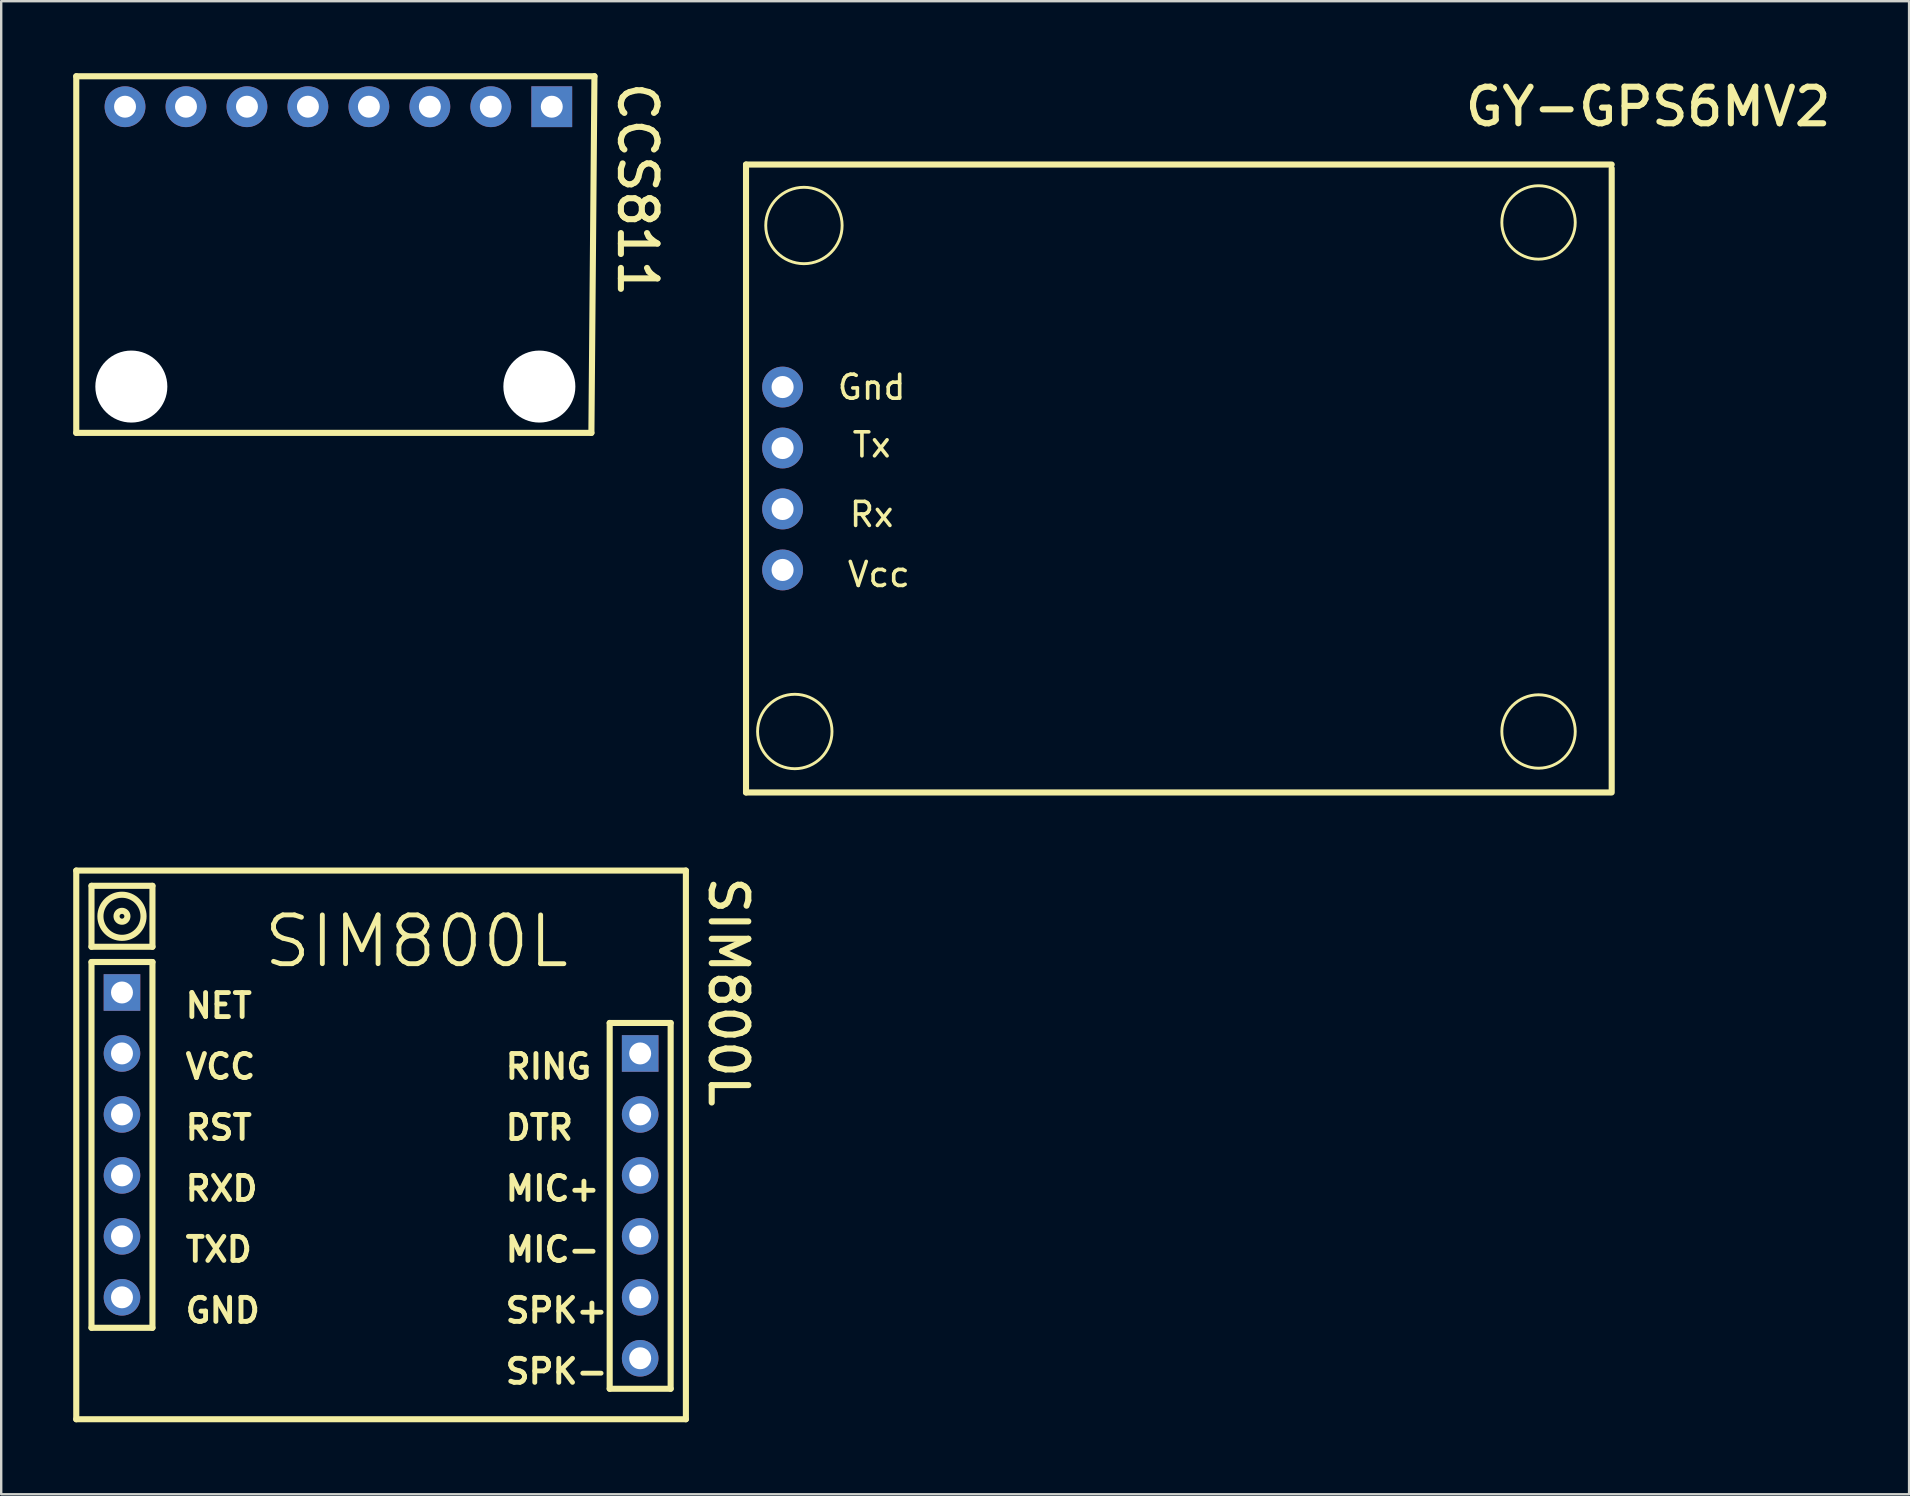
<source format=kicad_pcb>
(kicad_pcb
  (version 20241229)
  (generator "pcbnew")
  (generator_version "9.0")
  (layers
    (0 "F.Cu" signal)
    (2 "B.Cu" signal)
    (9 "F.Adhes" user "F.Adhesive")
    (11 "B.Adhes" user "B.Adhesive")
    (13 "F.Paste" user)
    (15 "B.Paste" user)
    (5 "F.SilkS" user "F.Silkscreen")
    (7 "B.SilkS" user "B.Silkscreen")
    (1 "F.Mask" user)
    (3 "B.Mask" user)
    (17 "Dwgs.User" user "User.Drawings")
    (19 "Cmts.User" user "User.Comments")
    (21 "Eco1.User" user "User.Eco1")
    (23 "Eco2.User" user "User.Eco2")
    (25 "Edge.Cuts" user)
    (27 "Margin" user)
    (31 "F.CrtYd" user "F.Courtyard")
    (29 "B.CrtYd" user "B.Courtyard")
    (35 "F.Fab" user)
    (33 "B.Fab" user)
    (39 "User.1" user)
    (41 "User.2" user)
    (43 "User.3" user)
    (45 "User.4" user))
  (footprint "SIM800L"
    (layer "F.Cu")
    (at 12.827 42.36)
    (property "Reference" "SIM800L" (at 13.576 -9.004 270) (unlocked yes) (layer "F.SilkS") (effects (font (size 1.524 1.524) (thickness 0.254)) (justify left bottom)))
    (fp_line (start -12.7 -9.139) (end -12.7 13.721) (stroke (width 0.254) (type solid)) (layer "F.SilkS"))
    (fp_line (start -12.7 -9.139) (end 12.7 -9.139) (stroke (width 0.254) (type solid)) (layer "F.SilkS"))
    (fp_line (start -12.7 13.721) (end 12.7 13.721) (stroke (width 0.254) (type solid)) (layer "F.SilkS"))
    (fp_line (start -12.065 -8.504) (end -12.065 -5.964) (stroke (width 0.254) (type solid)) (layer "F.SilkS"))
    (fp_line (start -12.065 -8.504) (end -9.525 -8.504) (stroke (width 0.254) (type solid)) (layer "F.SilkS"))
    (fp_line (start -12.065 -5.964) (end -9.525 -5.964) (stroke (width 0.254) (type solid)) (layer "F.SilkS"))
    (fp_line (start -12.065 -5.329) (end -12.065 9.911) (stroke (width 0.254) (type solid)) (layer "F.SilkS"))
    (fp_line (start -12.065 -5.329) (end -9.525 -5.329) (stroke (width 0.254) (type solid)) (layer "F.SilkS"))
    (fp_line (start -12.065 9.911) (end -9.525 9.911) (stroke (width 0.254) (type solid)) (layer "F.SilkS"))
    (fp_line (start -9.525 -8.504) (end -9.525 -5.964) (stroke (width 0.254) (type solid)) (layer "F.SilkS"))
    (fp_line (start -9.525 -5.329) (end -9.525 9.911) (stroke (width 0.254) (type solid)) (layer "F.SilkS"))
    (fp_line (start 9.525 -2.789) (end 9.525 12.451) (stroke (width 0.254) (type solid)) (layer "F.SilkS"))
    (fp_line (start 9.525 -2.789) (end 12.065 -2.789) (stroke (width 0.254) (type solid)) (layer "F.SilkS"))
    (fp_line (start 9.525 12.451) (end 12.065 12.451) (stroke (width 0.254) (type solid)) (layer "F.SilkS"))
    (fp_line (start 12.065 -2.789) (end 12.065 12.451) (stroke (width 0.254) (type solid)) (layer "F.SilkS"))
    (fp_line (start 12.7 -9.139) (end 12.7 13.721) (stroke (width 0.254) (type solid)) (layer "F.SilkS"))
    (fp_circle (center -10.795 -7.234) (end -10.695 -7.234) (stroke (width 0.254) (type solid)) (fill no) (layer "F.SilkS"))
    (fp_circle (center -10.795 -7.234) (end -9.897 -7.234) (stroke (width 0.254) (type solid)) (fill no) (layer "F.SilkS"))
    (fp_text user "GND" (at -8.255 9.776 0) (unlocked yes) (layer "F.SilkS") (effects (font (size 1 1) (thickness 0.203)) (justify left bottom)))
    (fp_text user "MIC-" (at 5.08 7.236 0) (unlocked yes) (layer "F.SilkS") (effects (font (size 1 1) (thickness 0.203)) (justify left bottom)))
    (fp_text user "TXD" (at -8.255 7.236 0) (unlocked yes) (layer "F.SilkS") (effects (font (size 1 1) (thickness 0.203)) (justify left bottom)))
    (fp_text user "NET" (at -8.255 -2.924 0) (unlocked yes) (layer "F.SilkS") (effects (font (size 1 1) (thickness 0.203)) (justify left bottom)))
    (fp_text user "RXD" (at -8.255 4.696 0) (unlocked yes) (layer "F.SilkS") (effects (font (size 1 1) (thickness 0.203)) (justify left bottom)))
    (fp_text user "SPK+" (at 5.08 9.776 0) (unlocked yes) (layer "F.SilkS") (effects (font (size 1 1) (thickness 0.203)) (justify left bottom)))
    (fp_text user "DTR" (at 5.08 2.156 0) (unlocked yes) (layer "F.SilkS") (effects (font (size 1 1) (thickness 0.203)) (justify left bottom)))
    (fp_text user "VCC" (at -8.255 -0.384 0) (unlocked yes) (layer "F.SilkS") (effects (font (size 1 1) (thickness 0.203)) (justify left bottom)))
    (fp_text user "SIM800L" (at -5 -5 0) (unlocked yes) (layer "F.SilkS") (effects (font (size 2.032 2.032) (thickness 0.203)) (justify left bottom)))
    (fp_text user "RING" (at 5.08 -0.384 0) (unlocked yes) (layer "F.SilkS") (effects (font (size 1 1) (thickness 0.203)) (justify left bottom)))
    (fp_text user "MIC+" (at 5.08 4.696 0) (unlocked yes) (layer "F.SilkS") (effects (font (size 1 1) (thickness 0.203)) (justify left bottom)))
    (fp_text user "SPK-" (at 5.08 12.316 0) (unlocked yes) (layer "F.SilkS") (effects (font (size 1 1) (thickness 0.203)) (justify left bottom)))
    (fp_text user "RST" (at -8.255 2.156 0) (unlocked yes) (layer "F.SilkS") (effects (font (size 1 1) (thickness 0.203)) (justify left bottom)))
    (pad "1" thru_hole rect (at -10.795 -4.059) (size 1.524 1.524) (drill 0.914) (layers "*.Cu" "*.Mask"))
    (pad "2" thru_hole circle (at -10.795 -1.519) (size 1.524 1.524) (drill 0.914) (layers "*.Cu" "*.Mask"))
    (pad "3" thru_hole circle (at -10.795 1.021) (size 1.524 1.524) (drill 0.914) (layers "*.Cu" "*.Mask"))
    (pad "4" thru_hole circle (at -10.795 3.561) (size 1.524 1.524) (drill 0.914) (layers "*.Cu" "*.Mask"))
    (pad "5" thru_hole circle (at -10.795 6.101) (size 1.524 1.524) (drill 0.914) (layers "*.Cu" "*.Mask"))
    (pad "6" thru_hole circle (at -10.795 8.641) (size 1.524 1.524) (drill 0.914) (layers "*.Cu" "*.Mask"))
    (pad "7" thru_hole circle (at 10.795 11.181) (size 1.524 1.524) (drill 0.914) (layers "*.Cu" "*.Mask"))
    (pad "8" thru_hole circle (at 10.795 8.641) (size 1.524 1.524) (drill 0.914) (layers "*.Cu" "*.Mask"))
    (pad "9" thru_hole circle (at 10.795 6.101) (size 1.524 1.524) (drill 0.914) (layers "*.Cu" "*.Mask"))
    (pad "10" thru_hole circle (at 10.795 3.561) (size 1.524 1.524) (drill 0.914) (layers "*.Cu" "*.Mask"))
    (pad "11" thru_hole circle (at 10.795 1.021) (size 1.524 1.524) (drill 0.914) (layers "*.Cu" "*.Mask"))
    (pad "12" thru_hole rect (at 10.795 -1.519) (size 1.524 1.524) (drill 0.914) (layers "*.Cu" "*.Mask")))
  (footprint "CCS811"
    (layer "F.Cu")
    (at 10.922 7.556)
    (property "Reference" "CCS811" (at 11.697 -7.303 270) (unlocked yes) (layer "F.SilkS") (effects (font (size 1.524 1.524) (thickness 0.254)) (justify left bottom)))
    (fp_line (start -10.795 -7.429) (end -10.795 7.429) (stroke (width 0.254) (type solid)) (layer "F.SilkS"))
    (fp_line (start -10.795 -7.429) (end 10.795 -7.429) (stroke (width 0.254) (type solid)) (layer "F.SilkS"))
    (fp_line (start -10.795 7.429) (end 10.668 7.429) (stroke (width 0.254) (type solid)) (layer "F.SilkS"))
    (fp_line (start 10.795 -7.429) (end 10.668 7.429) (stroke (width 0.254) (type solid)) (layer "F.SilkS"))
    (pad "" np_thru_hole circle (at -8.5 5.5) (size 3 3) (drill 3) (layers "*.Cu" "*.Mask"))
    (pad "" np_thru_hole circle (at 8.5 5.5) (size 3 3) (drill 3) (layers "*.Cu" "*.Mask"))
    (pad "1" thru_hole rect (at 9.017 -6.16) (size 1.7 1.7) (drill 0.914) (layers "*.Cu" "*.Mask"))
    (pad "2" thru_hole circle (at 6.477 -6.16) (size 1.7 1.7) (drill 0.914) (layers "*.Cu" "*.Mask"))
    (pad "3" thru_hole circle (at 3.937 -6.16) (size 1.7 1.7) (drill 0.914) (layers "*.Cu" "*.Mask"))
    (pad "4" thru_hole circle (at 1.397 -6.16) (size 1.7 1.7) (drill 0.914) (layers "*.Cu" "*.Mask"))
    (pad "5" thru_hole circle (at -1.143 -6.16) (size 1.7 1.7) (drill 0.914) (layers "*.Cu" "*.Mask"))
    (pad "6" thru_hole circle (at -3.683 -6.16) (size 1.7 1.7) (drill 0.914) (layers "*.Cu" "*.Mask"))
    (pad "7" thru_hole circle (at -6.223 -6.16) (size 1.7 1.7) (drill 0.914) (layers "*.Cu" "*.Mask"))
    (pad "8" thru_hole circle (at -8.763 -6.16) (size 1.7 1.7) (drill 0.914) (layers "*.Cu" "*.Mask")))
  (footprint "GY-GPS6MV2"
    (layer "F.Cu")
    (at 46.066 16.886)
    (property "Reference" "GY-GPS6MV2" (at 11.8 -14.6 0) (unlocked yes) (layer "F.SilkS") (effects (font (size 1.524 1.524) (thickness 0.254)) (justify left bottom)))
    (fp_line (start -18.034 -13.081) (end -18.034 -10.561) (stroke (width 0.254) (type solid)) (layer "F.SilkS"))
    (fp_line (start -18.034 -13.081) (end 18.034 -13.081) (stroke (width 0.254) (type solid)) (layer "F.SilkS"))
    (fp_line (start -18.034 -10.561) (end -18.034 -0.699) (stroke (width 0.254) (type solid)) (layer "F.SilkS"))
    (fp_line (start -18.034 -0.699) (end -18.034 13.081) (stroke (width 0.254) (type solid)) (layer "F.SilkS"))
    (fp_line (start -18.034 13.081) (end 17.966 13.081) (stroke (width 0.254) (type solid)) (layer "F.SilkS"))
    (fp_line (start 18.034 -12.919) (end 18.034 13.081) (stroke (width 0.254) (type solid)) (layer "F.SilkS"))
    (fp_circle (center -16.002 10.541) (end -15.113 11.811) (stroke (width 0.12) (type solid)) (fill no) (layer "F.SilkS"))
    (fp_circle (center -15.621 -10.541) (end -14.224 -9.779) (stroke (width 0.12) (type solid)) (fill no) (layer "F.SilkS"))
    (fp_circle (center 14.986 -10.668) (end 16.002 -9.525) (stroke (width 0.12) (type solid)) (fill no) (layer "F.SilkS"))
    (fp_circle (center 14.986 10.541) (end 16.002 11.684) (stroke (width 0.12) (type solid)) (fill no) (layer "F.SilkS"))
    (fp_text user "Vcc" (at -12.5 4 0) (unlocked yes) (layer "F.SilkS") (effects (font (size 1 1) (thickness 0.15))))
    (fp_text user "Rx" (at -12.8 1.5 0) (unlocked yes) (layer "F.SilkS") (effects (font (size 1 1) (thickness 0.15))))
    (fp_text user "Gnd" (at -12.8 -3.8 0) (unlocked yes) (layer "F.SilkS") (effects (font (size 1 1) (thickness 0.15))))
    (fp_text user "Tx" (at -12.8 -1.4 0) (unlocked yes) (layer "F.SilkS") (effects (font (size 1 1) (thickness 0.15))))
    (pad "1" thru_hole circle (at -16.51 3.81) (size 1.7 1.7) (drill 0.92) (layers "*.Cu" "*.Mask"))
    (pad "2" thru_hole circle (at -16.51 1.27) (size 1.7 1.7) (drill 0.92) (layers "*.Cu" "*.Mask"))
    (pad "3" thru_hole circle (at -16.51 -1.27) (size 1.7 1.7) (drill 0.92) (layers "*.Cu" "*.Mask"))
    (pad "4" thru_hole circle (at -16.51 -3.81) (size 1.7 1.7) (drill 0.92) (layers "*.Cu" "*.Mask")))
  (gr_rect
    (start -3 -3)
    (end 76.49 59.208)
    (stroke (width 0.1) (type default))
    (fill no)
    (layer "Edge.Cuts")))
</source>
